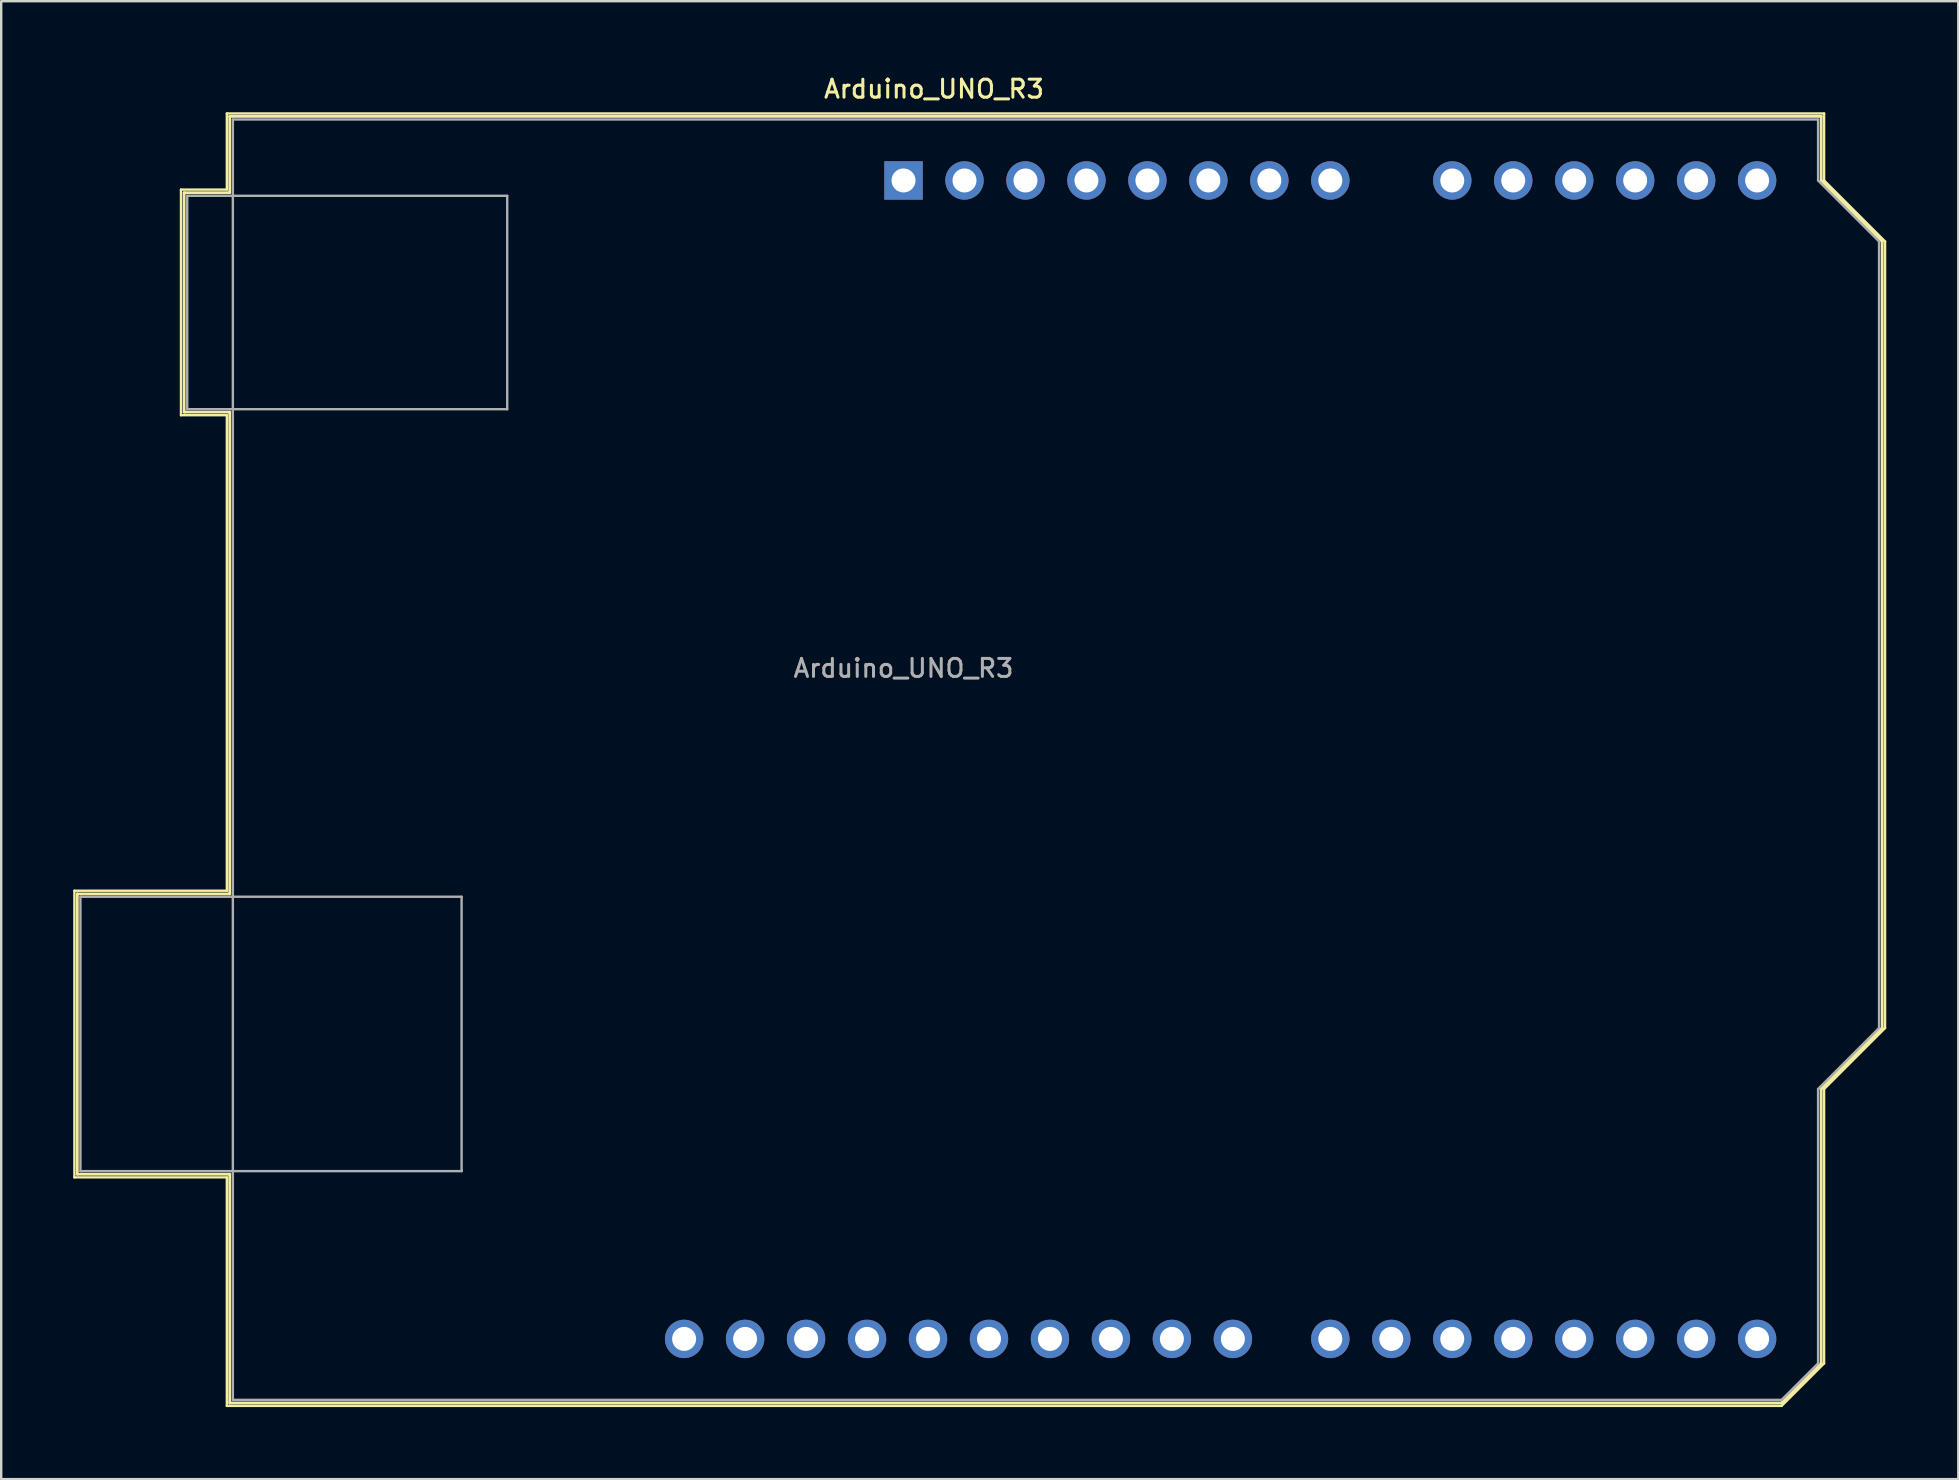
<source format=kicad_pcb>
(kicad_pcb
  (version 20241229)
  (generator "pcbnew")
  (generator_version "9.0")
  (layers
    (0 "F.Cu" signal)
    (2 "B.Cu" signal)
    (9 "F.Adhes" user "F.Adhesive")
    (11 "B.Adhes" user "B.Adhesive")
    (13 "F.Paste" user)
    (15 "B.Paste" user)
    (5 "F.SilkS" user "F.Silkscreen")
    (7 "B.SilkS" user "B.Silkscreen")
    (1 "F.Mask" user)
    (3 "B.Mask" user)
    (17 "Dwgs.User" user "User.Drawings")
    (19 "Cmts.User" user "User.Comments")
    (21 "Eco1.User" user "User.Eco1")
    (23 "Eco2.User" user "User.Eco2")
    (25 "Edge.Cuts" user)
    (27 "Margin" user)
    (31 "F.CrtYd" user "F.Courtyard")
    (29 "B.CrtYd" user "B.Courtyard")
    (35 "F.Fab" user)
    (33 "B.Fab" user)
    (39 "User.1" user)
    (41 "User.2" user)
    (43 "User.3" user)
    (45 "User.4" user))
  (footprint "Arduino_UNO_R3"
    (layer "F.Cu")
    (at 34.59 4.468)
    (property "Reference" "Arduino_UNO_R3" (at 1.27 -3.81 180) (layer "F.SilkS") (effects (font (size 0.75 0.75) (thickness 0.125))))
    (attr through_hole)
    (fp_line (start -34.54 29.59) (end -28.19 29.59) (stroke (width 0.1) (type solid)) (layer "F.SilkS"))
    (fp_line (start -34.54 41.53) (end -34.54 29.59) (stroke (width 0.1) (type solid)) (layer "F.SilkS"))
    (fp_line (start -34.42 29.72) (end -34.42 41.4) (stroke (width 0.12) (type solid)) (layer "F.SilkS"))
    (fp_line (start -34.42 41.4) (end -28.07 41.4) (stroke (width 0.12) (type solid)) (layer "F.SilkS"))
    (fp_line (start -30.1 0.38) (end -28.19 0.38) (stroke (width 0.1) (type solid)) (layer "F.SilkS"))
    (fp_line (start -30.1 9.78) (end -30.1 0.38) (stroke (width 0.1) (type solid)) (layer "F.SilkS"))
    (fp_line (start -29.97 0.51) (end -29.97 9.65) (stroke (width 0.12) (type solid)) (layer "F.SilkS"))
    (fp_line (start -29.97 9.65) (end -28.07 9.65) (stroke (width 0.12) (type solid)) (layer "F.SilkS"))
    (fp_line (start -28.19 -2.79) (end 38.35 -2.79) (stroke (width 0.1) (type solid)) (layer "F.SilkS"))
    (fp_line (start -28.19 0.38) (end -28.19 -2.79) (stroke (width 0.1) (type solid)) (layer "F.SilkS"))
    (fp_line (start -28.19 9.78) (end -30.1 9.78) (stroke (width 0.1) (type solid)) (layer "F.SilkS"))
    (fp_line (start -28.19 29.59) (end -28.19 9.78) (stroke (width 0.1) (type solid)) (layer "F.SilkS"))
    (fp_line (start -28.19 41.53) (end -34.54 41.53) (stroke (width 0.1) (type solid)) (layer "F.SilkS"))
    (fp_line (start -28.19 51.05) (end -28.19 41.53) (stroke (width 0.1) (type solid)) (layer "F.SilkS"))
    (fp_line (start -28.07 -2.67) (end -28.07 0.51) (stroke (width 0.12) (type solid)) (layer "F.SilkS"))
    (fp_line (start -28.07 0.51) (end -29.97 0.51) (stroke (width 0.12) (type solid)) (layer "F.SilkS"))
    (fp_line (start -28.07 9.65) (end -28.07 29.72) (stroke (width 0.12) (type solid)) (layer "F.SilkS"))
    (fp_line (start -28.07 29.72) (end -34.42 29.72) (stroke (width 0.12) (type solid)) (layer "F.SilkS"))
    (fp_line (start -28.07 41.4) (end -28.07 50.93) (stroke (width 0.12) (type solid)) (layer "F.SilkS"))
    (fp_line (start -28.07 50.93) (end 36.58 50.93) (stroke (width 0.12) (type solid)) (layer "F.SilkS"))
    (fp_line (start 36.58 50.93) (end 38.23 49.28) (stroke (width 0.12) (type solid)) (layer "F.SilkS"))
    (fp_line (start 36.58 51.05) (end -28.19 51.05) (stroke (width 0.1) (type solid)) (layer "F.SilkS"))
    (fp_line (start 38.23 -2.67) (end -28.07 -2.67) (stroke (width 0.12) (type solid)) (layer "F.SilkS"))
    (fp_line (start 38.23 0) (end 38.23 -2.67) (stroke (width 0.12) (type solid)) (layer "F.SilkS"))
    (fp_line (start 38.23 37.85) (end 40.77 35.31) (stroke (width 0.12) (type solid)) (layer "F.SilkS"))
    (fp_line (start 38.23 49.28) (end 38.23 37.85) (stroke (width 0.12) (type solid)) (layer "F.SilkS"))
    (fp_line (start 38.35 -2.79) (end 38.35 0) (stroke (width 0.1) (type solid)) (layer "F.SilkS"))
    (fp_line (start 38.35 0) (end 40.89 2.54) (stroke (width 0.1) (type solid)) (layer "F.SilkS"))
    (fp_line (start 38.35 37.85) (end 38.35 49.28) (stroke (width 0.1) (type solid)) (layer "F.SilkS"))
    (fp_line (start 38.35 49.28) (end 36.58 51.05) (stroke (width 0.1) (type solid)) (layer "F.SilkS"))
    (fp_line (start 40.77 2.54) (end 38.23 0) (stroke (width 0.12) (type solid)) (layer "F.SilkS"))
    (fp_line (start 40.77 35.31) (end 40.77 2.54) (stroke (width 0.12) (type solid)) (layer "F.SilkS"))
    (fp_line (start 40.89 2.54) (end 40.89 35.31) (stroke (width 0.1) (type solid)) (layer "F.SilkS"))
    (fp_line (start 40.89 35.31) (end 38.35 37.85) (stroke (width 0.1) (type solid)) (layer "F.SilkS"))
    (fp_line (start -34.29 29.84) (end -18.41 29.84) (stroke (width 0.1) (type solid)) (layer "F.Fab"))
    (fp_line (start -34.29 41.27) (end -34.29 29.84) (stroke (width 0.1) (type solid)) (layer "F.Fab"))
    (fp_line (start -29.84 0.64) (end -16.51 0.64) (stroke (width 0.1) (type solid)) (layer "F.Fab"))
    (fp_line (start -29.84 9.53) (end -29.84 0.64) (stroke (width 0.1) (type solid)) (layer "F.Fab"))
    (fp_line (start -27.94 -2.54) (end 38.1 -2.54) (stroke (width 0.1) (type solid)) (layer "F.Fab"))
    (fp_line (start -27.94 50.8) (end -27.94 -2.54) (stroke (width 0.1) (type solid)) (layer "F.Fab"))
    (fp_line (start -18.41 29.84) (end -18.41 41.27) (stroke (width 0.1) (type solid)) (layer "F.Fab"))
    (fp_line (start -18.41 41.27) (end -34.29 41.27) (stroke (width 0.1) (type solid)) (layer "F.Fab"))
    (fp_line (start -16.51 0.64) (end -16.51 9.53) (stroke (width 0.1) (type solid)) (layer "F.Fab"))
    (fp_line (start -16.51 9.53) (end -29.84 9.53) (stroke (width 0.1) (type solid)) (layer "F.Fab"))
    (fp_line (start 36.58 50.8) (end -27.94 50.8) (stroke (width 0.1) (type solid)) (layer "F.Fab"))
    (fp_line (start 38.1 -2.54) (end 38.1 0) (stroke (width 0.1) (type solid)) (layer "F.Fab"))
    (fp_line (start 38.1 0) (end 40.64 2.54) (stroke (width 0.1) (type solid)) (layer "F.Fab"))
    (fp_line (start 38.1 37.85) (end 38.1 49.28) (stroke (width 0.1) (type solid)) (layer "F.Fab"))
    (fp_line (start 38.1 49.28) (end 36.58 50.8) (stroke (width 0.1) (type solid)) (layer "F.Fab"))
    (fp_line (start 40.64 2.54) (end 40.64 35.31) (stroke (width 0.1) (type solid)) (layer "F.Fab"))
    (fp_line (start 40.64 35.31) (end 38.1 37.85) (stroke (width 0.1) (type solid)) (layer "F.Fab"))
    (fp_text user "${REFERENCE}" (at 0 20.32 180) (layer "F.Fab") (effects (font (size 0.75 0.75) (thickness 0.125))))
    (pad "1" thru_hole rect (at 0 0 90) (size 1.6 1.6) (drill 1) (layers "*.Cu" "*.Mask"))
    (pad "2" thru_hole oval (at 2.54 0 90) (size 1.6 1.6) (drill 1) (layers "*.Cu" "*.Mask"))
    (pad "3" thru_hole oval (at 5.08 0 90) (size 1.6 1.6) (drill 1) (layers "*.Cu" "*.Mask"))
    (pad "4" thru_hole oval (at 7.62 0 90) (size 1.6 1.6) (drill 1) (layers "*.Cu" "*.Mask"))
    (pad "5" thru_hole oval (at 10.16 0 90) (size 1.6 1.6) (drill 1) (layers "*.Cu" "*.Mask"))
    (pad "6" thru_hole oval (at 12.7 0 90) (size 1.6 1.6) (drill 1) (layers "*.Cu" "*.Mask"))
    (pad "7" thru_hole oval (at 15.24 0 90) (size 1.6 1.6) (drill 1) (layers "*.Cu" "*.Mask"))
    (pad "8" thru_hole oval (at 17.78 0 90) (size 1.6 1.6) (drill 1) (layers "*.Cu" "*.Mask"))
    (pad "9" thru_hole oval (at 22.86 0 90) (size 1.6 1.6) (drill 1) (layers "*.Cu" "*.Mask"))
    (pad "10" thru_hole oval (at 25.4 0 90) (size 1.6 1.6) (drill 1) (layers "*.Cu" "*.Mask"))
    (pad "11" thru_hole oval (at 27.94 0 90) (size 1.6 1.6) (drill 1) (layers "*.Cu" "*.Mask"))
    (pad "12" thru_hole oval (at 30.48 0 90) (size 1.6 1.6) (drill 1) (layers "*.Cu" "*.Mask"))
    (pad "13" thru_hole oval (at 33.02 0 90) (size 1.6 1.6) (drill 1) (layers "*.Cu" "*.Mask"))
    (pad "14" thru_hole oval (at 35.56 0 90) (size 1.6 1.6) (drill 1) (layers "*.Cu" "*.Mask"))
    (pad "15" thru_hole oval (at 35.56 48.26 90) (size 1.6 1.6) (drill 1) (layers "*.Cu" "*.Mask"))
    (pad "16" thru_hole oval (at 33.02 48.26 90) (size 1.6 1.6) (drill 1) (layers "*.Cu" "*.Mask"))
    (pad "17" thru_hole oval (at 30.48 48.26 90) (size 1.6 1.6) (drill 1) (layers "*.Cu" "*.Mask"))
    (pad "18" thru_hole oval (at 27.94 48.26 90) (size 1.6 1.6) (drill 1) (layers "*.Cu" "*.Mask"))
    (pad "19" thru_hole oval (at 25.4 48.26 90) (size 1.6 1.6) (drill 1) (layers "*.Cu" "*.Mask"))
    (pad "20" thru_hole oval (at 22.86 48.26 90) (size 1.6 1.6) (drill 1) (layers "*.Cu" "*.Mask"))
    (pad "21" thru_hole oval (at 20.32 48.26 90) (size 1.6 1.6) (drill 1) (layers "*.Cu" "*.Mask"))
    (pad "22" thru_hole oval (at 17.78 48.26 90) (size 1.6 1.6) (drill 1) (layers "*.Cu" "*.Mask"))
    (pad "23" thru_hole oval (at 13.72 48.26 90) (size 1.6 1.6) (drill 1) (layers "*.Cu" "*.Mask"))
    (pad "24" thru_hole oval (at 11.18 48.26 90) (size 1.6 1.6) (drill 1) (layers "*.Cu" "*.Mask"))
    (pad "25" thru_hole oval (at 8.64 48.26 90) (size 1.6 1.6) (drill 1) (layers "*.Cu" "*.Mask"))
    (pad "26" thru_hole oval (at 6.1 48.26 90) (size 1.6 1.6) (drill 1) (layers "*.Cu" "*.Mask"))
    (pad "27" thru_hole oval (at 3.56 48.26 90) (size 1.6 1.6) (drill 1) (layers "*.Cu" "*.Mask"))
    (pad "28" thru_hole oval (at 1.02 48.26 90) (size 1.6 1.6) (drill 1) (layers "*.Cu" "*.Mask"))
    (pad "29" thru_hole oval (at -1.52 48.26 90) (size 1.6 1.6) (drill 1) (layers "*.Cu" "*.Mask"))
    (pad "30" thru_hole oval (at -4.06 48.26 90) (size 1.6 1.6) (drill 1) (layers "*.Cu" "*.Mask"))
    (pad "31" thru_hole oval (at -6.6 48.26 90) (size 1.6 1.6) (drill 1) (layers "*.Cu" "*.Mask"))
    (pad "32" thru_hole oval (at -9.14 48.26 90) (size 1.6 1.6) (drill 1) (layers "*.Cu" "*.Mask")))
  (gr_rect
    (start -3 -3)
    (end 78.53 58.568)
    (stroke (width 0.1) (type default))
    (fill no)
    (layer "Edge.Cuts")))
</source>
